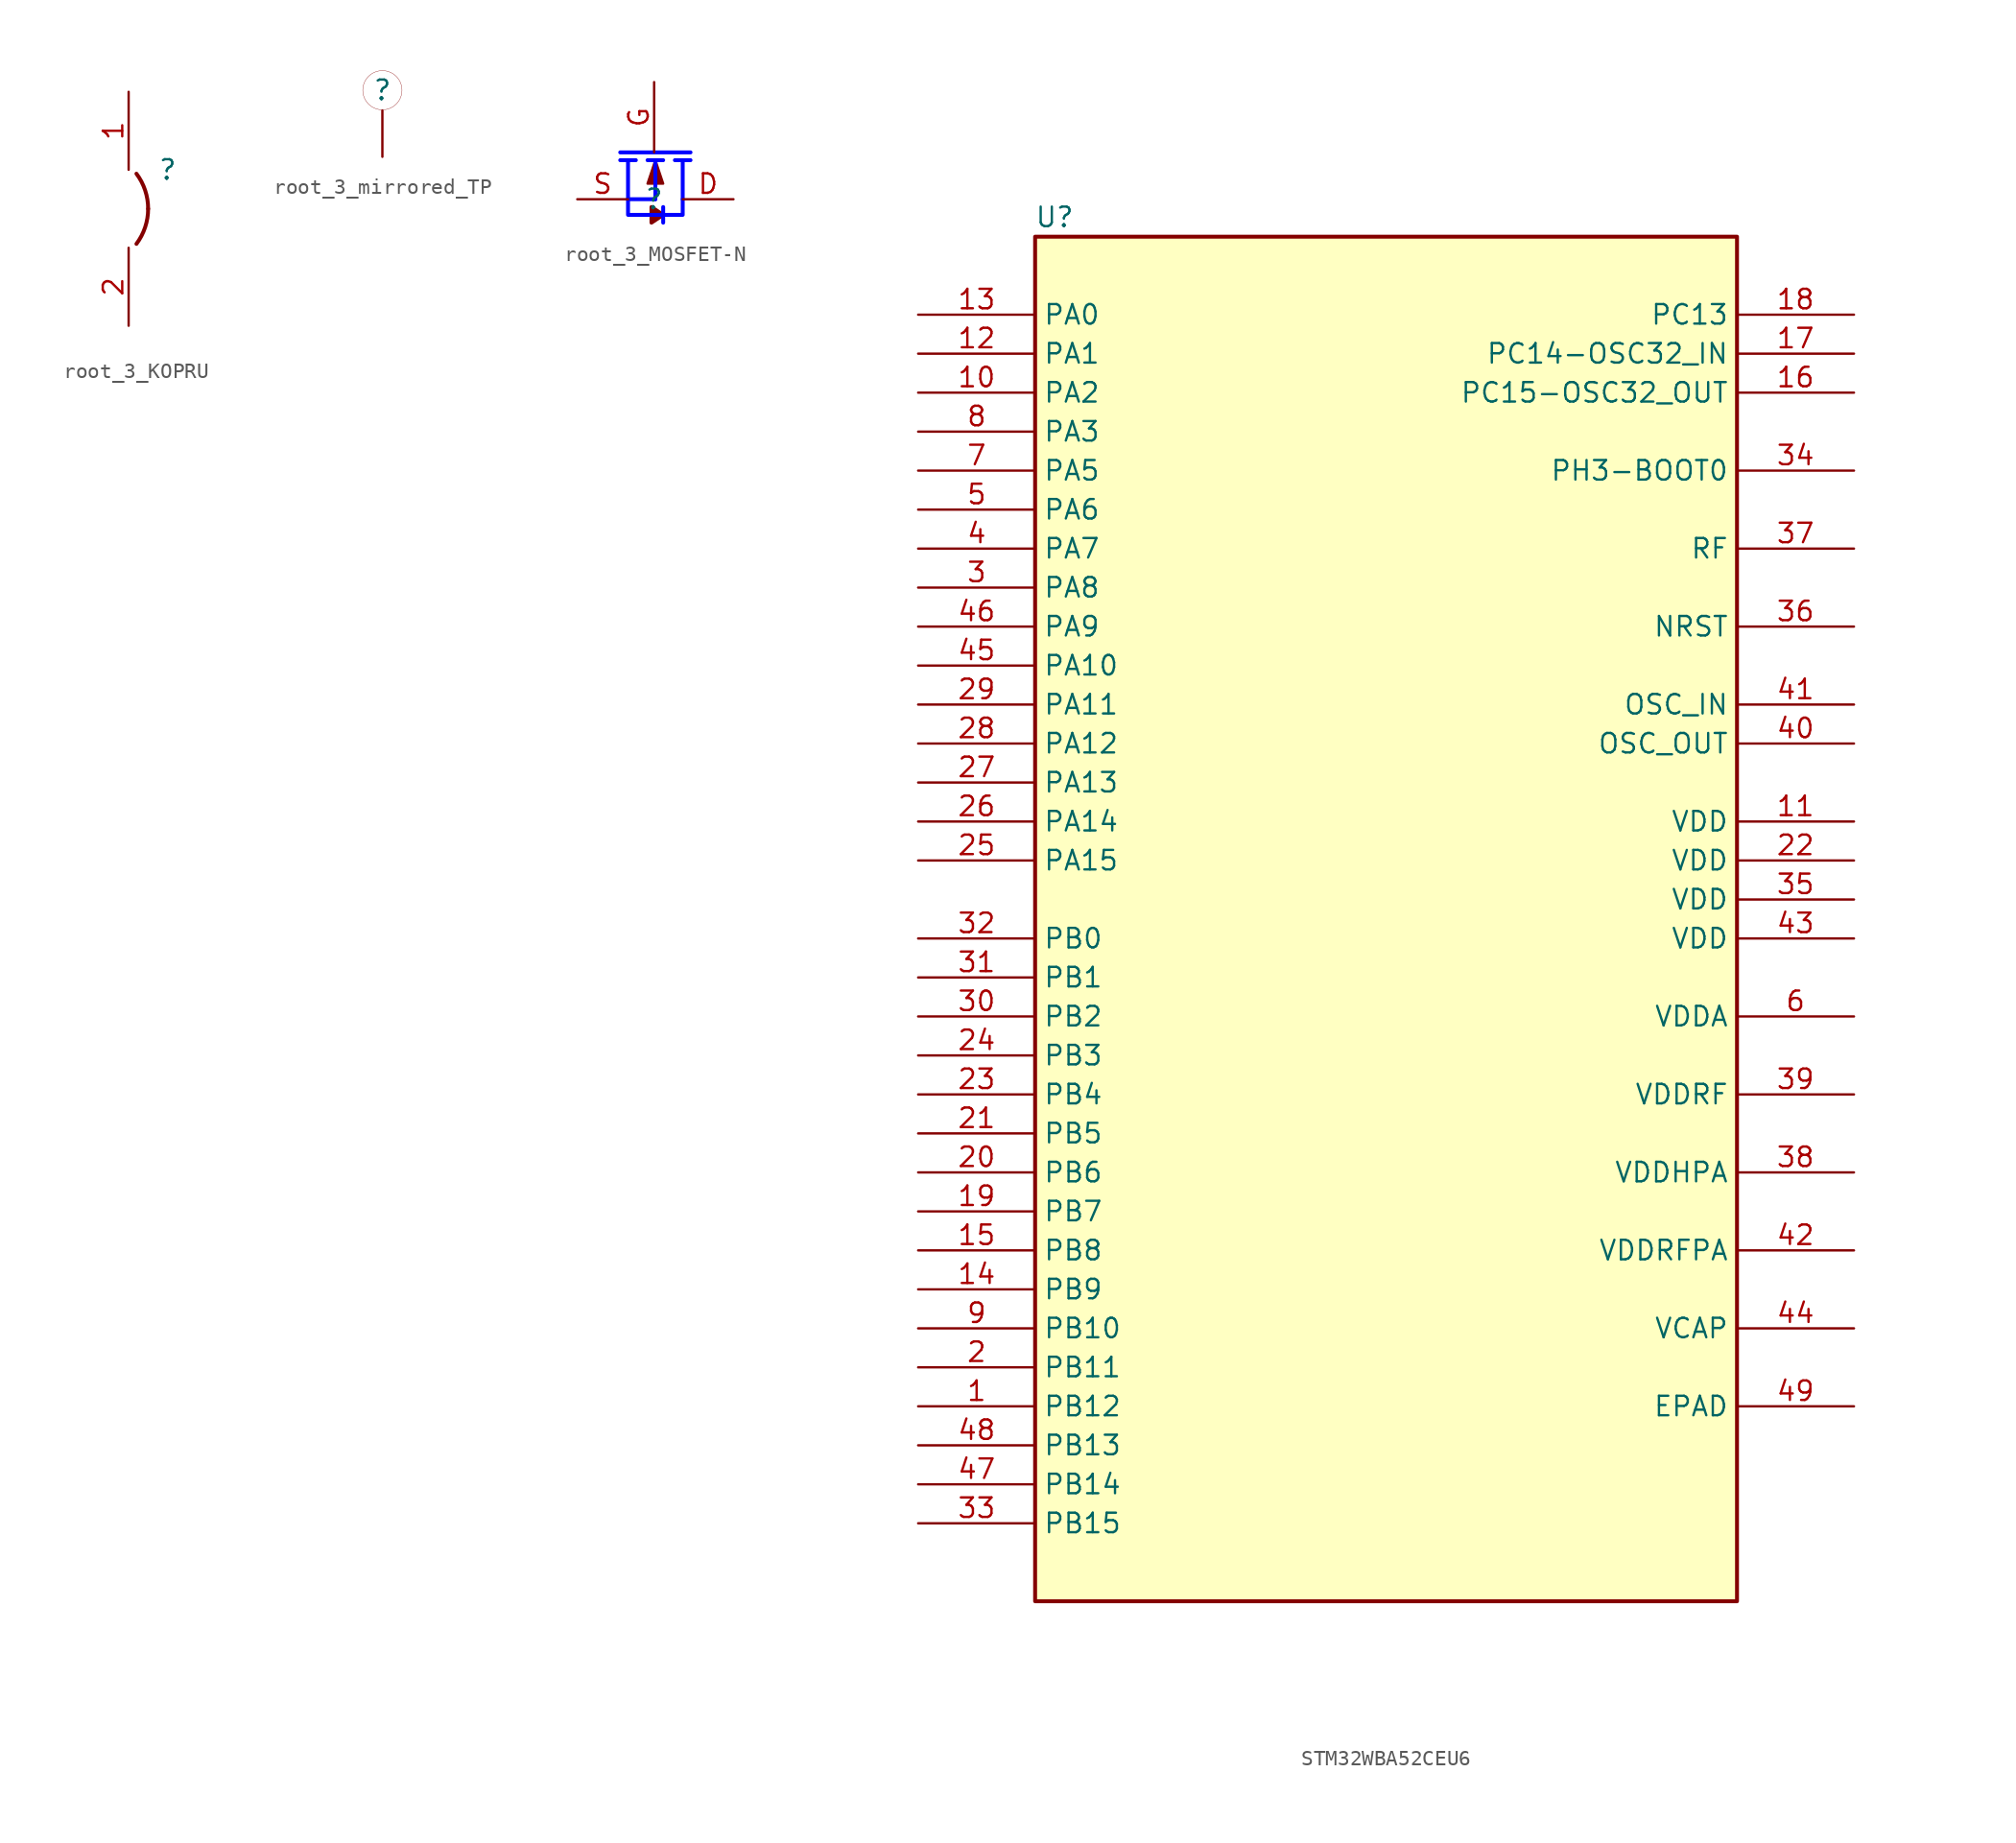
<source format=kicad_sym>
(kicad_symbol_lib
  (version 20220914)
  (generator kicad_symbol_editor)
  (symbol "root_3_KOPRU"
    (property "Reference" ""
      (at 0 0 0)
      (effects (font (size 1.27 1.27))))
    (property "Value" ""
      (at 0 0 0)
      (effects (font (size 1.27 1.27))))
    (symbol "root_3_KOPRU_1_0"
      (arc (start -2.032 -4.826) (mid -1.4655 -3.7448) (end -1.27 -2.54) (stroke (width 0.254) (type solid)) (fill (type none)))
      (arc (start -1.27 -2.54) (mid -1.4655 -1.3352) (end -2.032 -0.254) (stroke (width 0.254) (type solid)) (fill (type none)))
      (pin passive line (at -2.54 5.08 270) (length 5.08) (name "1" (effects (font (size 0 0)))) (number "1" (effects (font (size 1.27 1.27)))))
      (pin passive line (at -2.54 -10.16 90) (length 5.08) (name "2" (effects (font (size 0 0)))) (number "2" (effects (font (size 1.27 1.27)))))))
  (symbol "root_3_mirrored_TP"
    (property "Reference" ""
      (at 0 0 0)
      (effects (font (size 1.27 1.27))))
    (property "Value" ""
      (at 0 0 0)
      (effects (font (size 1.27 1.27))))
    (symbol "root_3_mirrored_TP_1_0"
      (circle (center 0 0) (radius 1.27) (stroke (width 0.0001) (type solid)) (fill (type none)))
      (pin power_in line (at 0 -4.318 90) (length 3) (name "TP" (effects (font (size 0 0)))) (number "1" (effects (font (size 0 0)))))))
  (symbol "root_3_MOSFET-N"
    (property "Reference" ""
      (at 0 0 0)
      (effects (font (size 1.27 1.27))))
    (property "Value" ""
      (at 0 0 0)
      (effects (font (size 1.27 1.27))))
    (symbol "root_3_MOSFET-N_1_0"
      (polyline (pts (xy -2.206 2.54) (xy -1.19 2.54)) (stroke (width 0.254) (type solid) (color 0 0 255 1)) (fill (type none)))
      (polyline (pts (xy -1.698 0) (xy -1.698 2.54)) (stroke (width 0.254) (type solid) (color 0 0 255 1)) (fill (type none)))
      (polyline (pts (xy -0.428 2.54) (xy 0.588 2.54)) (stroke (width 0.254) (type solid) (color 0 0 255 1)) (fill (type none)))
      (polyline (pts (xy 0.08 0) (xy -1.698 0)) (stroke (width 0.254) (type solid) (color 0 0 255 1)) (fill (type none)))
      (polyline (pts (xy 0.08 0) (xy 0.08 2.54)) (stroke (width 0.254) (type solid) (color 0 0 255 1)) (fill (type none)))
      (polyline (pts (xy 0.588 -0.508) (xy 0.588 -1.524)) (stroke (width 0.254) (type solid) (color 0 0 255 1)) (fill (type none)))
      (polyline (pts (xy 1.858 0) (xy 1.858 2.54)) (stroke (width 0.254) (type solid) (color 0 0 255 1)) (fill (type none)))
      (polyline (pts (xy 2.366 2.54) (xy 1.35 2.54)) (stroke (width 0.254) (type solid) (color 0 0 255 1)) (fill (type none)))
      (polyline (pts (xy 2.366 3.048) (xy -2.206 3.048)) (stroke (width 0.254) (type solid) (color 0 0 255 1)) (fill (type none)))
      (polyline (pts (xy -0.174 -1.524) (xy 0.588 -1.016) (xy -0.174 -0.508) (xy -0.174 -1.524)) (stroke (width 0.254) (type solid)) (fill (type outline)))
      (polyline (pts (xy 0.08 2.54) (xy -0.428 1.016) (xy 0.588 1.016) (xy 0.08 2.54)) (stroke (width 0) (type solid)) (fill (type outline)))
      (polyline (pts (xy 1.858 0) (xy 1.858 -1.016) (xy -1.698 -1.016) (xy -1.698 0)) (stroke (width 0.254) (type solid) (color 0 0 255 1)) (fill (type none)))
      (pin passive line (at 5.16 0 180) (length 3.302) (name "D" (effects (font (size 0 0)))) (number "D" (effects (font (size 1.27 1.27)))))
      (pin passive line (at 0 7.62 270) (length 4.572) (name "G" (effects (font (size 0 0)))) (number "G" (effects (font (size 1.27 1.27)))))
      (pin passive line (at -5 0 0) (length 3.302) (name "S" (effects (font (size 0 0)))) (number "S" (effects (font (size 1.27 1.27)))))))
  (symbol "STM32WBA52CEU6"
    (property "Reference" "U"
      (at 8.89 6.35 0)
      (effects (font (size 1.27 1.27))))
    (property "Value" ""
      (at 0 0 0)
      (effects (font (size 1.27 1.27))))
    (symbol "STM32WBA52CEU6_1_0"
      (rectangle (start 53.34 5.08) (end 7.62 -83.82) (stroke (width 0.254) (type solid)) (fill (type background)))
      (pin bidirectional line (at 0 -71.12 0) (length 7.62) (name "PB12" (effects (font (size 1.27 1.27)))) (number "1" (effects (font (size 1.27 1.27)))))
      (pin bidirectional line (at 0 -5.08 0) (length 7.62) (name "PA2" (effects (font (size 1.27 1.27)))) (number "10" (effects (font (size 1.27 1.27)))))
      (pin power_in line (at 60.96 -33.02 180) (length 7.62) (name "VDD" (effects (font (size 1.27 1.27)))) (number "11" (effects (font (size 1.27 1.27)))))
      (pin bidirectional line (at 0 -2.54 0) (length 7.62) (name "PA1" (effects (font (size 1.27 1.27)))) (number "12" (effects (font (size 1.27 1.27)))))
      (pin bidirectional line (at 0 0 0) (length 7.62) (name "PA0" (effects (font (size 1.27 1.27)))) (number "13" (effects (font (size 1.27 1.27)))))
      (pin bidirectional line (at 0 -63.5 0) (length 7.62) (name "PB9" (effects (font (size 1.27 1.27)))) (number "14" (effects (font (size 1.27 1.27)))))
      (pin bidirectional line (at 0 -60.96 0) (length 7.62) (name "PB8" (effects (font (size 1.27 1.27)))) (number "15" (effects (font (size 1.27 1.27)))))
      (pin bidirectional line (at 60.96 -5.08 180) (length 7.62) (name "PC15-OSC32_OUT" (effects (font (size 1.27 1.27)))) (number "16" (effects (font (size 1.27 1.27)))))
      (pin bidirectional line (at 60.96 -2.54 180) (length 7.62) (name "PC14-OSC32_IN" (effects (font (size 1.27 1.27)))) (number "17" (effects (font (size 1.27 1.27)))))
      (pin bidirectional line (at 60.96 0 180) (length 7.62) (name "PC13" (effects (font (size 1.27 1.27)))) (number "18" (effects (font (size 1.27 1.27)))))
      (pin bidirectional line (at 0 -58.42 0) (length 7.62) (name "PB7" (effects (font (size 1.27 1.27)))) (number "19" (effects (font (size 1.27 1.27)))))
      (pin bidirectional line (at 0 -68.58 0) (length 7.62) (name "PB11" (effects (font (size 1.27 1.27)))) (number "2" (effects (font (size 1.27 1.27)))))
      (pin bidirectional line (at 0 -55.88 0) (length 7.62) (name "PB6" (effects (font (size 1.27 1.27)))) (number "20" (effects (font (size 1.27 1.27)))))
      (pin bidirectional line (at 0 -53.34 0) (length 7.62) (name "PB5" (effects (font (size 1.27 1.27)))) (number "21" (effects (font (size 1.27 1.27)))))
      (pin power_in line (at 60.96 -35.56 180) (length 7.62) (name "VDD" (effects (font (size 1.27 1.27)))) (number "22" (effects (font (size 1.27 1.27)))))
      (pin bidirectional line (at 0 -50.8 0) (length 7.62) (name "PB4" (effects (font (size 1.27 1.27)))) (number "23" (effects (font (size 1.27 1.27)))))
      (pin bidirectional line (at 0 -48.26 0) (length 7.62) (name "PB3" (effects (font (size 1.27 1.27)))) (number "24" (effects (font (size 1.27 1.27)))))
      (pin bidirectional line (at 0 -35.56 0) (length 7.62) (name "PA15" (effects (font (size 1.27 1.27)))) (number "25" (effects (font (size 1.27 1.27)))))
      (pin bidirectional line (at 0 -33.02 0) (length 7.62) (name "PA14" (effects (font (size 1.27 1.27)))) (number "26" (effects (font (size 1.27 1.27)))))
      (pin bidirectional line (at 0 -30.48 0) (length 7.62) (name "PA13" (effects (font (size 1.27 1.27)))) (number "27" (effects (font (size 1.27 1.27)))))
      (pin bidirectional line (at 0 -27.94 0) (length 7.62) (name "PA12" (effects (font (size 1.27 1.27)))) (number "28" (effects (font (size 1.27 1.27)))))
      (pin bidirectional line (at 0 -25.4 0) (length 7.62) (name "PA11" (effects (font (size 1.27 1.27)))) (number "29" (effects (font (size 1.27 1.27)))))
      (pin bidirectional line (at 0 -17.78 0) (length 7.62) (name "PA8" (effects (font (size 1.27 1.27)))) (number "3" (effects (font (size 1.27 1.27)))))
      (pin bidirectional line (at 0 -45.72 0) (length 7.62) (name "PB2" (effects (font (size 1.27 1.27)))) (number "30" (effects (font (size 1.27 1.27)))))
      (pin bidirectional line (at 0 -43.18 0) (length 7.62) (name "PB1" (effects (font (size 1.27 1.27)))) (number "31" (effects (font (size 1.27 1.27)))))
      (pin bidirectional line (at 0 -40.64 0) (length 7.62) (name "PB0" (effects (font (size 1.27 1.27)))) (number "32" (effects (font (size 1.27 1.27)))))
      (pin bidirectional line (at 0 -78.74 0) (length 7.62) (name "PB15" (effects (font (size 1.27 1.27)))) (number "33" (effects (font (size 1.27 1.27)))))
      (pin bidirectional line (at 60.96 -10.16 180) (length 7.62) (name "PH3-BOOT0" (effects (font (size 1.27 1.27)))) (number "34" (effects (font (size 1.27 1.27)))))
      (pin power_in line (at 60.96 -38.1 180) (length 7.62) (name "VDD" (effects (font (size 1.27 1.27)))) (number "35" (effects (font (size 1.27 1.27)))))
      (pin bidirectional line (at 60.96 -20.32 180) (length 7.62) (name "NRST" (effects (font (size 1.27 1.27)))) (number "36" (effects (font (size 1.27 1.27)))))
      (pin passive line (at 60.96 -15.24 180) (length 7.62) (name "RF" (effects (font (size 1.27 1.27)))) (number "37" (effects (font (size 1.27 1.27)))))
      (pin power_in line (at 60.96 -55.88 180) (length 7.62) (name "VDDHPA" (effects (font (size 1.27 1.27)))) (number "38" (effects (font (size 1.27 1.27)))))
      (pin power_in line (at 60.96 -50.8 180) (length 7.62) (name "VDDRF" (effects (font (size 1.27 1.27)))) (number "39" (effects (font (size 1.27 1.27)))))
      (pin bidirectional line (at 0 -15.24 0) (length 7.62) (name "PA7" (effects (font (size 1.27 1.27)))) (number "4" (effects (font (size 1.27 1.27)))))
      (pin output line (at 60.96 -27.94 180) (length 7.62) (name "OSC_OUT" (effects (font (size 1.27 1.27)))) (number "40" (effects (font (size 1.27 1.27)))))
      (pin input line (at 60.96 -25.4 180) (length 7.62) (name "OSC_IN" (effects (font (size 1.27 1.27)))) (number "41" (effects (font (size 1.27 1.27)))))
      (pin power_in line (at 60.96 -60.96 180) (length 7.62) (name "VDDRFPA" (effects (font (size 1.27 1.27)))) (number "42" (effects (font (size 1.27 1.27)))))
      (pin power_in line (at 60.96 -40.64 180) (length 7.62) (name "VDD" (effects (font (size 1.27 1.27)))) (number "43" (effects (font (size 1.27 1.27)))))
      (pin power_in line (at 60.96 -66.04 180) (length 7.62) (name "VCAP" (effects (font (size 1.27 1.27)))) (number "44" (effects (font (size 1.27 1.27)))))
      (pin bidirectional line (at 0 -22.86 0) (length 7.62) (name "PA10" (effects (font (size 1.27 1.27)))) (number "45" (effects (font (size 1.27 1.27)))))
      (pin bidirectional line (at 0 -20.32 0) (length 7.62) (name "PA9" (effects (font (size 1.27 1.27)))) (number "46" (effects (font (size 1.27 1.27)))))
      (pin bidirectional line (at 0 -76.2 0) (length 7.62) (name "PB14" (effects (font (size 1.27 1.27)))) (number "47" (effects (font (size 1.27 1.27)))))
      (pin bidirectional line (at 0 -73.66 0) (length 7.62) (name "PB13" (effects (font (size 1.27 1.27)))) (number "48" (effects (font (size 1.27 1.27)))))
      (pin passive line (at 60.96 -71.12 180) (length 7.62) (name "EPAD" (effects (font (size 1.27 1.27)))) (number "49" (effects (font (size 1.27 1.27)))))
      (pin bidirectional line (at 0 -12.7 0) (length 7.62) (name "PA6" (effects (font (size 1.27 1.27)))) (number "5" (effects (font (size 1.27 1.27)))))
      (pin power_in line (at 60.96 -45.72 180) (length 7.62) (name "VDDA" (effects (font (size 1.27 1.27)))) (number "6" (effects (font (size 1.27 1.27)))))
      (pin bidirectional line (at 0 -10.16 0) (length 7.62) (name "PA5" (effects (font (size 1.27 1.27)))) (number "7" (effects (font (size 1.27 1.27)))))
      (pin bidirectional line (at 0 -7.62 0) (length 7.62) (name "PA3" (effects (font (size 1.27 1.27)))) (number "8" (effects (font (size 1.27 1.27)))))
      (pin bidirectional line (at 0 -66.04 0) (length 7.62) (name "PB10" (effects (font (size 1.27 1.27)))) (number "9" (effects (font (size 1.27 1.27))))))))
</source>
